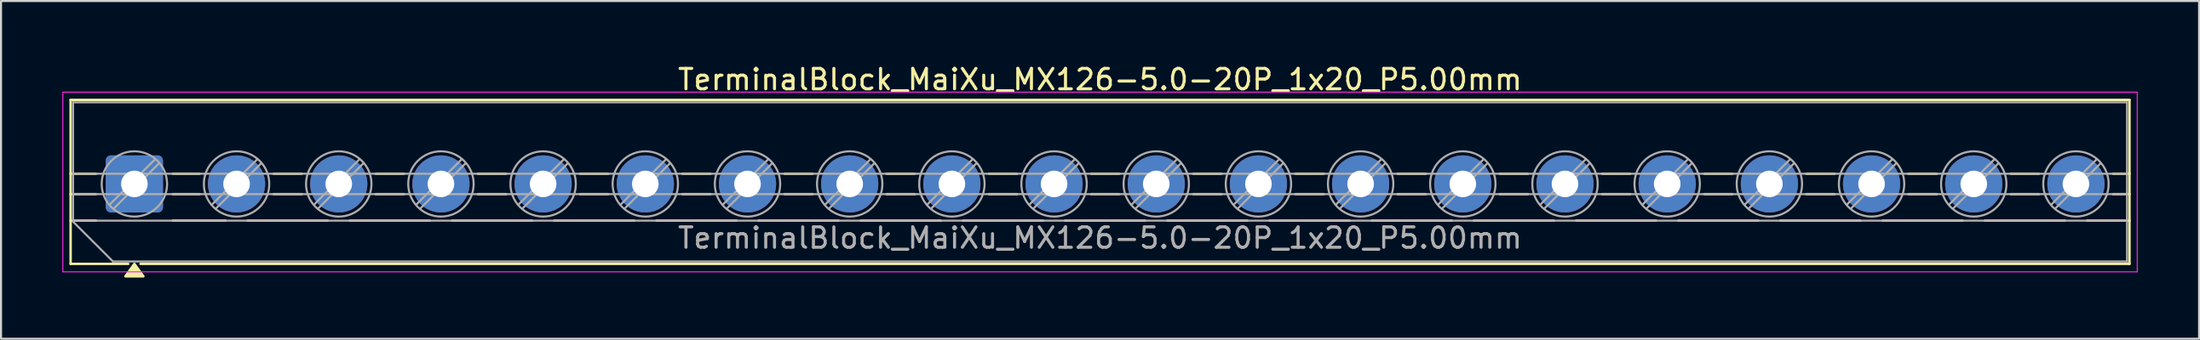
<source format=kicad_pcb>
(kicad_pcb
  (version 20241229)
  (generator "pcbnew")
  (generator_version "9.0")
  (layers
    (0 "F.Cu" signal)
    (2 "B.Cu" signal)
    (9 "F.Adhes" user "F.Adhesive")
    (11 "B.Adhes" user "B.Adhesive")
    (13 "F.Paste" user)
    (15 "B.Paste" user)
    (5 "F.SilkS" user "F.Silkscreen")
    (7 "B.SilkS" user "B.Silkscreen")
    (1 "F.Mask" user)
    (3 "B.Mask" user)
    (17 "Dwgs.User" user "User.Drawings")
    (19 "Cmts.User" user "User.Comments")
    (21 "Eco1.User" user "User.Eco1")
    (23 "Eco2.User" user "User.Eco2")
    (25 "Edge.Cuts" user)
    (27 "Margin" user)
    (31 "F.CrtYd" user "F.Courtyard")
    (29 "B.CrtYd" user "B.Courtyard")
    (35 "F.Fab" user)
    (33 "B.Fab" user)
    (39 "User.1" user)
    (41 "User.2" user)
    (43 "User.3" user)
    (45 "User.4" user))
  (footprint "TerminalBlock_MaiXu_MX126-5.0-20P_1x20_P5.00mm"
    (layer "F.Cu")
    (at 3.525 5.968)
    (property "Reference" "TerminalBlock_MaiXu_MX126-5.0-20P_1x20_P5.00mm" (at 47.25 -5.12 0) (layer "F.SilkS") (effects (font (size 1 1) (thickness 0.15))))
    (attr through_hole)
    (fp_line (start -3.12 -4.12) (end 97.62 -4.12) (stroke (width 0.12) (type solid)) (layer "F.SilkS"))
    (fp_line (start -3.12 -0.5) (end -1.88 -0.5) (stroke (width 0.12) (type solid)) (layer "F.SilkS"))
    (fp_line (start -3.12 0.5) (end -1.88 0.5) (stroke (width 0.12) (type solid)) (layer "F.SilkS"))
    (fp_line (start -3.12 1.8) (end -1.88 1.8) (stroke (width 0.12) (type solid)) (layer "F.SilkS"))
    (fp_line (start -3.12 3.92) (end -3.12 -4.12) (stroke (width 0.12) (type solid)) (layer "F.SilkS"))
    (fp_line (start -0.3 3.92) (end -3.12 3.92) (stroke (width 0.12) (type solid)) (layer "F.SilkS"))
    (fp_line (start 1.88 -0.5) (end 3.188 -0.5) (stroke (width 0.12) (type solid)) (layer "F.SilkS"))
    (fp_line (start 1.88 0.5) (end 3.188 0.5) (stroke (width 0.12) (type solid)) (layer "F.SilkS"))
    (fp_line (start 1.88 1.8) (end 4.457 1.8) (stroke (width 0.12) (type solid)) (layer "F.SilkS"))
    (fp_line (start 5.543 1.8) (end 9.457 1.8) (stroke (width 0.12) (type solid)) (layer "F.SilkS"))
    (fp_line (start 6.812 -0.5) (end 8.188 -0.5) (stroke (width 0.12) (type solid)) (layer "F.SilkS"))
    (fp_line (start 6.812 0.5) (end 8.188 0.5) (stroke (width 0.12) (type solid)) (layer "F.SilkS"))
    (fp_line (start 10.543 1.8) (end 14.457 1.8) (stroke (width 0.12) (type solid)) (layer "F.SilkS"))
    (fp_line (start 11.812 -0.5) (end 13.188 -0.5) (stroke (width 0.12) (type solid)) (layer "F.SilkS"))
    (fp_line (start 11.812 0.5) (end 13.188 0.5) (stroke (width 0.12) (type solid)) (layer "F.SilkS"))
    (fp_line (start 15.543 1.8) (end 19.457 1.8) (stroke (width 0.12) (type solid)) (layer "F.SilkS"))
    (fp_line (start 16.812 -0.5) (end 18.188 -0.5) (stroke (width 0.12) (type solid)) (layer "F.SilkS"))
    (fp_line (start 16.812 0.5) (end 18.188 0.5) (stroke (width 0.12) (type solid)) (layer "F.SilkS"))
    (fp_line (start 20.543 1.8) (end 24.457 1.8) (stroke (width 0.12) (type solid)) (layer "F.SilkS"))
    (fp_line (start 21.812 -0.5) (end 23.188 -0.5) (stroke (width 0.12) (type solid)) (layer "F.SilkS"))
    (fp_line (start 21.812 0.5) (end 23.188 0.5) (stroke (width 0.12) (type solid)) (layer "F.SilkS"))
    (fp_line (start 25.543 1.8) (end 29.457 1.8) (stroke (width 0.12) (type solid)) (layer "F.SilkS"))
    (fp_line (start 26.812 -0.5) (end 28.188 -0.5) (stroke (width 0.12) (type solid)) (layer "F.SilkS"))
    (fp_line (start 26.812 0.5) (end 28.188 0.5) (stroke (width 0.12) (type solid)) (layer "F.SilkS"))
    (fp_line (start 30.543 1.8) (end 34.457 1.8) (stroke (width 0.12) (type solid)) (layer "F.SilkS"))
    (fp_line (start 31.812 -0.5) (end 33.188 -0.5) (stroke (width 0.12) (type solid)) (layer "F.SilkS"))
    (fp_line (start 31.812 0.5) (end 33.188 0.5) (stroke (width 0.12) (type solid)) (layer "F.SilkS"))
    (fp_line (start 35.543 1.8) (end 39.457 1.8) (stroke (width 0.12) (type solid)) (layer "F.SilkS"))
    (fp_line (start 36.812 -0.5) (end 38.188 -0.5) (stroke (width 0.12) (type solid)) (layer "F.SilkS"))
    (fp_line (start 36.812 0.5) (end 38.188 0.5) (stroke (width 0.12) (type solid)) (layer "F.SilkS"))
    (fp_line (start 40.543 1.8) (end 44.457 1.8) (stroke (width 0.12) (type solid)) (layer "F.SilkS"))
    (fp_line (start 41.812 -0.5) (end 43.188 -0.5) (stroke (width 0.12) (type solid)) (layer "F.SilkS"))
    (fp_line (start 41.812 0.5) (end 43.188 0.5) (stroke (width 0.12) (type solid)) (layer "F.SilkS"))
    (fp_line (start 45.543 1.8) (end 49.457 1.8) (stroke (width 0.12) (type solid)) (layer "F.SilkS"))
    (fp_line (start 46.812 -0.5) (end 48.188 -0.5) (stroke (width 0.12) (type solid)) (layer "F.SilkS"))
    (fp_line (start 46.812 0.5) (end 48.188 0.5) (stroke (width 0.12) (type solid)) (layer "F.SilkS"))
    (fp_line (start 50.543 1.8) (end 54.457 1.8) (stroke (width 0.12) (type solid)) (layer "F.SilkS"))
    (fp_line (start 51.812 -0.5) (end 53.188 -0.5) (stroke (width 0.12) (type solid)) (layer "F.SilkS"))
    (fp_line (start 51.812 0.5) (end 53.188 0.5) (stroke (width 0.12) (type solid)) (layer "F.SilkS"))
    (fp_line (start 55.543 1.8) (end 59.457 1.8) (stroke (width 0.12) (type solid)) (layer "F.SilkS"))
    (fp_line (start 56.812 -0.5) (end 58.188 -0.5) (stroke (width 0.12) (type solid)) (layer "F.SilkS"))
    (fp_line (start 56.812 0.5) (end 58.188 0.5) (stroke (width 0.12) (type solid)) (layer "F.SilkS"))
    (fp_line (start 60.543 1.8) (end 64.457 1.8) (stroke (width 0.12) (type solid)) (layer "F.SilkS"))
    (fp_line (start 61.812 -0.5) (end 63.188 -0.5) (stroke (width 0.12) (type solid)) (layer "F.SilkS"))
    (fp_line (start 61.812 0.5) (end 63.188 0.5) (stroke (width 0.12) (type solid)) (layer "F.SilkS"))
    (fp_line (start 65.543 1.8) (end 69.457 1.8) (stroke (width 0.12) (type solid)) (layer "F.SilkS"))
    (fp_line (start 66.812 -0.5) (end 68.188 -0.5) (stroke (width 0.12) (type solid)) (layer "F.SilkS"))
    (fp_line (start 66.812 0.5) (end 68.188 0.5) (stroke (width 0.12) (type solid)) (layer "F.SilkS"))
    (fp_line (start 70.543 1.8) (end 74.457 1.8) (stroke (width 0.12) (type solid)) (layer "F.SilkS"))
    (fp_line (start 71.812 -0.5) (end 73.188 -0.5) (stroke (width 0.12) (type solid)) (layer "F.SilkS"))
    (fp_line (start 71.812 0.5) (end 73.188 0.5) (stroke (width 0.12) (type solid)) (layer "F.SilkS"))
    (fp_line (start 75.543 1.8) (end 79.457 1.8) (stroke (width 0.12) (type solid)) (layer "F.SilkS"))
    (fp_line (start 76.812 -0.5) (end 78.188 -0.5) (stroke (width 0.12) (type solid)) (layer "F.SilkS"))
    (fp_line (start 76.812 0.5) (end 78.188 0.5) (stroke (width 0.12) (type solid)) (layer "F.SilkS"))
    (fp_line (start 80.543 1.8) (end 84.457 1.8) (stroke (width 0.12) (type solid)) (layer "F.SilkS"))
    (fp_line (start 81.812 -0.5) (end 83.188 -0.5) (stroke (width 0.12) (type solid)) (layer "F.SilkS"))
    (fp_line (start 81.812 0.5) (end 83.188 0.5) (stroke (width 0.12) (type solid)) (layer "F.SilkS"))
    (fp_line (start 85.543 1.8) (end 89.457 1.8) (stroke (width 0.12) (type solid)) (layer "F.SilkS"))
    (fp_line (start 86.812 -0.5) (end 88.188 -0.5) (stroke (width 0.12) (type solid)) (layer "F.SilkS"))
    (fp_line (start 86.812 0.5) (end 88.188 0.5) (stroke (width 0.12) (type solid)) (layer "F.SilkS"))
    (fp_line (start 90.543 1.8) (end 94.457 1.8) (stroke (width 0.12) (type solid)) (layer "F.SilkS"))
    (fp_line (start 91.812 -0.5) (end 93.188 -0.5) (stroke (width 0.12) (type solid)) (layer "F.SilkS"))
    (fp_line (start 91.812 0.5) (end 93.188 0.5) (stroke (width 0.12) (type solid)) (layer "F.SilkS"))
    (fp_line (start 95.543 1.8) (end 97.62 1.8) (stroke (width 0.12) (type solid)) (layer "F.SilkS"))
    (fp_line (start 96.812 -0.5) (end 97.62 -0.5) (stroke (width 0.12) (type solid)) (layer "F.SilkS"))
    (fp_line (start 96.812 0.5) (end 97.62 0.5) (stroke (width 0.12) (type solid)) (layer "F.SilkS"))
    (fp_line (start 97.62 -4.12) (end 97.62 3.92) (stroke (width 0.12) (type solid)) (layer "F.SilkS"))
    (fp_line (start 97.62 3.92) (end 0.3 3.92) (stroke (width 0.12) (type solid)) (layer "F.SilkS"))
    (fp_poly (pts (xy 0 3.92) (xy 0.44 4.53) (xy -0.44 4.53)) (stroke (width 0.12) (type solid)) (fill yes) (layer "F.SilkS"))
    (fp_line (start -3.5 -4.5) (end -3.5 4.31) (stroke (width 0.05) (type solid)) (layer "F.CrtYd"))
    (fp_line (start -3.5 4.31) (end 98 4.31) (stroke (width 0.05) (type solid)) (layer "F.CrtYd"))
    (fp_line (start 98 -4.5) (end -3.5 -4.5) (stroke (width 0.05) (type solid)) (layer "F.CrtYd"))
    (fp_line (start 98 4.31) (end 98 -4.5) (stroke (width 0.05) (type solid)) (layer "F.CrtYd"))
    (fp_line (start -3 -4) (end 97.5 -4) (stroke (width 0.1) (type solid)) (layer "F.Fab"))
    (fp_line (start -3 -0.5) (end 97.5 -0.5) (stroke (width 0.1) (type solid)) (layer "F.Fab"))
    (fp_line (start -3 0.5) (end 97.5 0.5) (stroke (width 0.1) (type solid)) (layer "F.Fab"))
    (fp_line (start -3 1.8) (end 97.5 1.8) (stroke (width 0.1) (type solid)) (layer "F.Fab"))
    (fp_line (start -3 1.85) (end -3 -4) (stroke (width 0.1) (type solid)) (layer "F.Fab"))
    (fp_line (start -1.05 3.8) (end -3 1.85) (stroke (width 0.1) (type solid)) (layer "F.Fab"))
    (fp_line (start 1.018 -1.213) (end -1.213 1.018) (stroke (width 0.1) (type solid)) (layer "F.Fab"))
    (fp_line (start 1.213 -1.018) (end -1.018 1.213) (stroke (width 0.1) (type solid)) (layer "F.Fab"))
    (fp_line (start 6.018 -1.213) (end 3.787 1.018) (stroke (width 0.1) (type solid)) (layer "F.Fab"))
    (fp_line (start 6.213 -1.018) (end 3.982 1.213) (stroke (width 0.1) (type solid)) (layer "F.Fab"))
    (fp_line (start 11.018 -1.213) (end 8.787 1.018) (stroke (width 0.1) (type solid)) (layer "F.Fab"))
    (fp_line (start 11.213 -1.018) (end 8.982 1.213) (stroke (width 0.1) (type solid)) (layer "F.Fab"))
    (fp_line (start 16.018 -1.213) (end 13.787 1.018) (stroke (width 0.1) (type solid)) (layer "F.Fab"))
    (fp_line (start 16.213 -1.018) (end 13.982 1.213) (stroke (width 0.1) (type solid)) (layer "F.Fab"))
    (fp_line (start 21.018 -1.213) (end 18.787 1.018) (stroke (width 0.1) (type solid)) (layer "F.Fab"))
    (fp_line (start 21.213 -1.018) (end 18.982 1.213) (stroke (width 0.1) (type solid)) (layer "F.Fab"))
    (fp_line (start 26.018 -1.213) (end 23.787 1.018) (stroke (width 0.1) (type solid)) (layer "F.Fab"))
    (fp_line (start 26.213 -1.018) (end 23.982 1.213) (stroke (width 0.1) (type solid)) (layer "F.Fab"))
    (fp_line (start 31.018 -1.213) (end 28.787 1.018) (stroke (width 0.1) (type solid)) (layer "F.Fab"))
    (fp_line (start 31.213 -1.018) (end 28.982 1.213) (stroke (width 0.1) (type solid)) (layer "F.Fab"))
    (fp_line (start 36.018 -1.213) (end 33.787 1.018) (stroke (width 0.1) (type solid)) (layer "F.Fab"))
    (fp_line (start 36.213 -1.018) (end 33.982 1.213) (stroke (width 0.1) (type solid)) (layer "F.Fab"))
    (fp_line (start 41.018 -1.213) (end 38.787 1.018) (stroke (width 0.1) (type solid)) (layer "F.Fab"))
    (fp_line (start 41.213 -1.018) (end 38.982 1.213) (stroke (width 0.1) (type solid)) (layer "F.Fab"))
    (fp_line (start 46.018 -1.213) (end 43.787 1.018) (stroke (width 0.1) (type solid)) (layer "F.Fab"))
    (fp_line (start 46.213 -1.018) (end 43.982 1.213) (stroke (width 0.1) (type solid)) (layer "F.Fab"))
    (fp_line (start 51.018 -1.213) (end 48.787 1.018) (stroke (width 0.1) (type solid)) (layer "F.Fab"))
    (fp_line (start 51.213 -1.018) (end 48.982 1.213) (stroke (width 0.1) (type solid)) (layer "F.Fab"))
    (fp_line (start 56.018 -1.213) (end 53.787 1.018) (stroke (width 0.1) (type solid)) (layer "F.Fab"))
    (fp_line (start 56.213 -1.018) (end 53.982 1.213) (stroke (width 0.1) (type solid)) (layer "F.Fab"))
    (fp_line (start 61.018 -1.213) (end 58.787 1.018) (stroke (width 0.1) (type solid)) (layer "F.Fab"))
    (fp_line (start 61.213 -1.018) (end 58.982 1.213) (stroke (width 0.1) (type solid)) (layer "F.Fab"))
    (fp_line (start 66.018 -1.213) (end 63.787 1.018) (stroke (width 0.1) (type solid)) (layer "F.Fab"))
    (fp_line (start 66.213 -1.018) (end 63.982 1.213) (stroke (width 0.1) (type solid)) (layer "F.Fab"))
    (fp_line (start 71.018 -1.213) (end 68.787 1.018) (stroke (width 0.1) (type solid)) (layer "F.Fab"))
    (fp_line (start 71.213 -1.018) (end 68.982 1.213) (stroke (width 0.1) (type solid)) (layer "F.Fab"))
    (fp_line (start 76.018 -1.213) (end 73.787 1.018) (stroke (width 0.1) (type solid)) (layer "F.Fab"))
    (fp_line (start 76.213 -1.018) (end 73.982 1.213) (stroke (width 0.1) (type solid)) (layer "F.Fab"))
    (fp_line (start 81.018 -1.213) (end 78.787 1.018) (stroke (width 0.1) (type solid)) (layer "F.Fab"))
    (fp_line (start 81.213 -1.018) (end 78.982 1.213) (stroke (width 0.1) (type solid)) (layer "F.Fab"))
    (fp_line (start 86.018 -1.213) (end 83.787 1.018) (stroke (width 0.1) (type solid)) (layer "F.Fab"))
    (fp_line (start 86.213 -1.018) (end 83.982 1.213) (stroke (width 0.1) (type solid)) (layer "F.Fab"))
    (fp_line (start 91.018 -1.213) (end 88.787 1.018) (stroke (width 0.1) (type solid)) (layer "F.Fab"))
    (fp_line (start 91.213 -1.018) (end 88.982 1.213) (stroke (width 0.1) (type solid)) (layer "F.Fab"))
    (fp_line (start 96.018 -1.213) (end 93.787 1.018) (stroke (width 0.1) (type solid)) (layer "F.Fab"))
    (fp_line (start 96.213 -1.018) (end 93.982 1.213) (stroke (width 0.1) (type solid)) (layer "F.Fab"))
    (fp_line (start 97.5 -4) (end 97.5 3.8) (stroke (width 0.1) (type solid)) (layer "F.Fab"))
    (fp_line (start 97.5 3.8) (end -1.05 3.8) (stroke (width 0.1) (type solid)) (layer "F.Fab"))
    (fp_circle (center 0 0) (end 1.6 0) (stroke (width 0.1) (type solid)) (fill no) (layer "F.Fab"))
    (fp_circle (center 5 0) (end 6.6 0) (stroke (width 0.1) (type solid)) (fill no) (layer "F.Fab"))
    (fp_circle (center 10 0) (end 11.6 0) (stroke (width 0.1) (type solid)) (fill no) (layer "F.Fab"))
    (fp_circle (center 15 0) (end 16.6 0) (stroke (width 0.1) (type solid)) (fill no) (layer "F.Fab"))
    (fp_circle (center 20 0) (end 21.6 0) (stroke (width 0.1) (type solid)) (fill no) (layer "F.Fab"))
    (fp_circle (center 25 0) (end 26.6 0) (stroke (width 0.1) (type solid)) (fill no) (layer "F.Fab"))
    (fp_circle (center 30 0) (end 31.6 0) (stroke (width 0.1) (type solid)) (fill no) (layer "F.Fab"))
    (fp_circle (center 35 0) (end 36.6 0) (stroke (width 0.1) (type solid)) (fill no) (layer "F.Fab"))
    (fp_circle (center 40 0) (end 41.6 0) (stroke (width 0.1) (type solid)) (fill no) (layer "F.Fab"))
    (fp_circle (center 45 0) (end 46.6 0) (stroke (width 0.1) (type solid)) (fill no) (layer "F.Fab"))
    (fp_circle (center 50 0) (end 51.6 0) (stroke (width 0.1) (type solid)) (fill no) (layer "F.Fab"))
    (fp_circle (center 55 0) (end 56.6 0) (stroke (width 0.1) (type solid)) (fill no) (layer "F.Fab"))
    (fp_circle (center 60 0) (end 61.6 0) (stroke (width 0.1) (type solid)) (fill no) (layer "F.Fab"))
    (fp_circle (center 65 0) (end 66.6 0) (stroke (width 0.1) (type solid)) (fill no) (layer "F.Fab"))
    (fp_circle (center 70 0) (end 71.6 0) (stroke (width 0.1) (type solid)) (fill no) (layer "F.Fab"))
    (fp_circle (center 75 0) (end 76.6 0) (stroke (width 0.1) (type solid)) (fill no) (layer "F.Fab"))
    (fp_circle (center 80 0) (end 81.6 0) (stroke (width 0.1) (type solid)) (fill no) (layer "F.Fab"))
    (fp_circle (center 85 0) (end 86.6 0) (stroke (width 0.1) (type solid)) (fill no) (layer "F.Fab"))
    (fp_circle (center 90 0) (end 91.6 0) (stroke (width 0.1) (type solid)) (fill no) (layer "F.Fab"))
    (fp_circle (center 95 0) (end 96.6 0) (stroke (width 0.1) (type solid)) (fill no) (layer "F.Fab"))
    (fp_text user "${REFERENCE}" (at 47.25 2.65 0) (layer "F.Fab") (effects (font (size 1 1) (thickness 0.15))))
    (pad "1" thru_hole roundrect (at 0 0) (size 2.8 2.8) (drill 1.3) (layers "*.Cu" "*.Mask") (roundrect_rratio 0.089))
    (pad "2" thru_hole circle (at 5 0) (size 2.8 2.8) (drill 1.3) (layers "*.Cu" "*.Mask"))
    (pad "3" thru_hole circle (at 10 0) (size 2.8 2.8) (drill 1.3) (layers "*.Cu" "*.Mask"))
    (pad "4" thru_hole circle (at 15 0) (size 2.8 2.8) (drill 1.3) (layers "*.Cu" "*.Mask"))
    (pad "5" thru_hole circle (at 20 0) (size 2.8 2.8) (drill 1.3) (layers "*.Cu" "*.Mask"))
    (pad "6" thru_hole circle (at 25 0) (size 2.8 2.8) (drill 1.3) (layers "*.Cu" "*.Mask"))
    (pad "7" thru_hole circle (at 30 0) (size 2.8 2.8) (drill 1.3) (layers "*.Cu" "*.Mask"))
    (pad "8" thru_hole circle (at 35 0) (size 2.8 2.8) (drill 1.3) (layers "*.Cu" "*.Mask"))
    (pad "9" thru_hole circle (at 40 0) (size 2.8 2.8) (drill 1.3) (layers "*.Cu" "*.Mask"))
    (pad "10" thru_hole circle (at 45 0) (size 2.8 2.8) (drill 1.3) (layers "*.Cu" "*.Mask"))
    (pad "11" thru_hole circle (at 50 0) (size 2.8 2.8) (drill 1.3) (layers "*.Cu" "*.Mask"))
    (pad "12" thru_hole circle (at 55 0) (size 2.8 2.8) (drill 1.3) (layers "*.Cu" "*.Mask"))
    (pad "13" thru_hole circle (at 60 0) (size 2.8 2.8) (drill 1.3) (layers "*.Cu" "*.Mask"))
    (pad "14" thru_hole circle (at 65 0) (size 2.8 2.8) (drill 1.3) (layers "*.Cu" "*.Mask"))
    (pad "15" thru_hole circle (at 70 0) (size 2.8 2.8) (drill 1.3) (layers "*.Cu" "*.Mask"))
    (pad "16" thru_hole circle (at 75 0) (size 2.8 2.8) (drill 1.3) (layers "*.Cu" "*.Mask"))
    (pad "17" thru_hole circle (at 80 0) (size 2.8 2.8) (drill 1.3) (layers "*.Cu" "*.Mask"))
    (pad "18" thru_hole circle (at 85 0) (size 2.8 2.8) (drill 1.3) (layers "*.Cu" "*.Mask"))
    (pad "19" thru_hole circle (at 90 0) (size 2.8 2.8) (drill 1.3) (layers "*.Cu" "*.Mask"))
    (pad "20" thru_hole circle (at 95 0) (size 2.8 2.8) (drill 1.3) (layers "*.Cu" "*.Mask")))
  (gr_rect
    (start -3 -3)
    (end 104.55 13.558)
    (stroke (width 0.1) (type default))
    (fill no)
    (layer "Edge.Cuts")))
</source>
